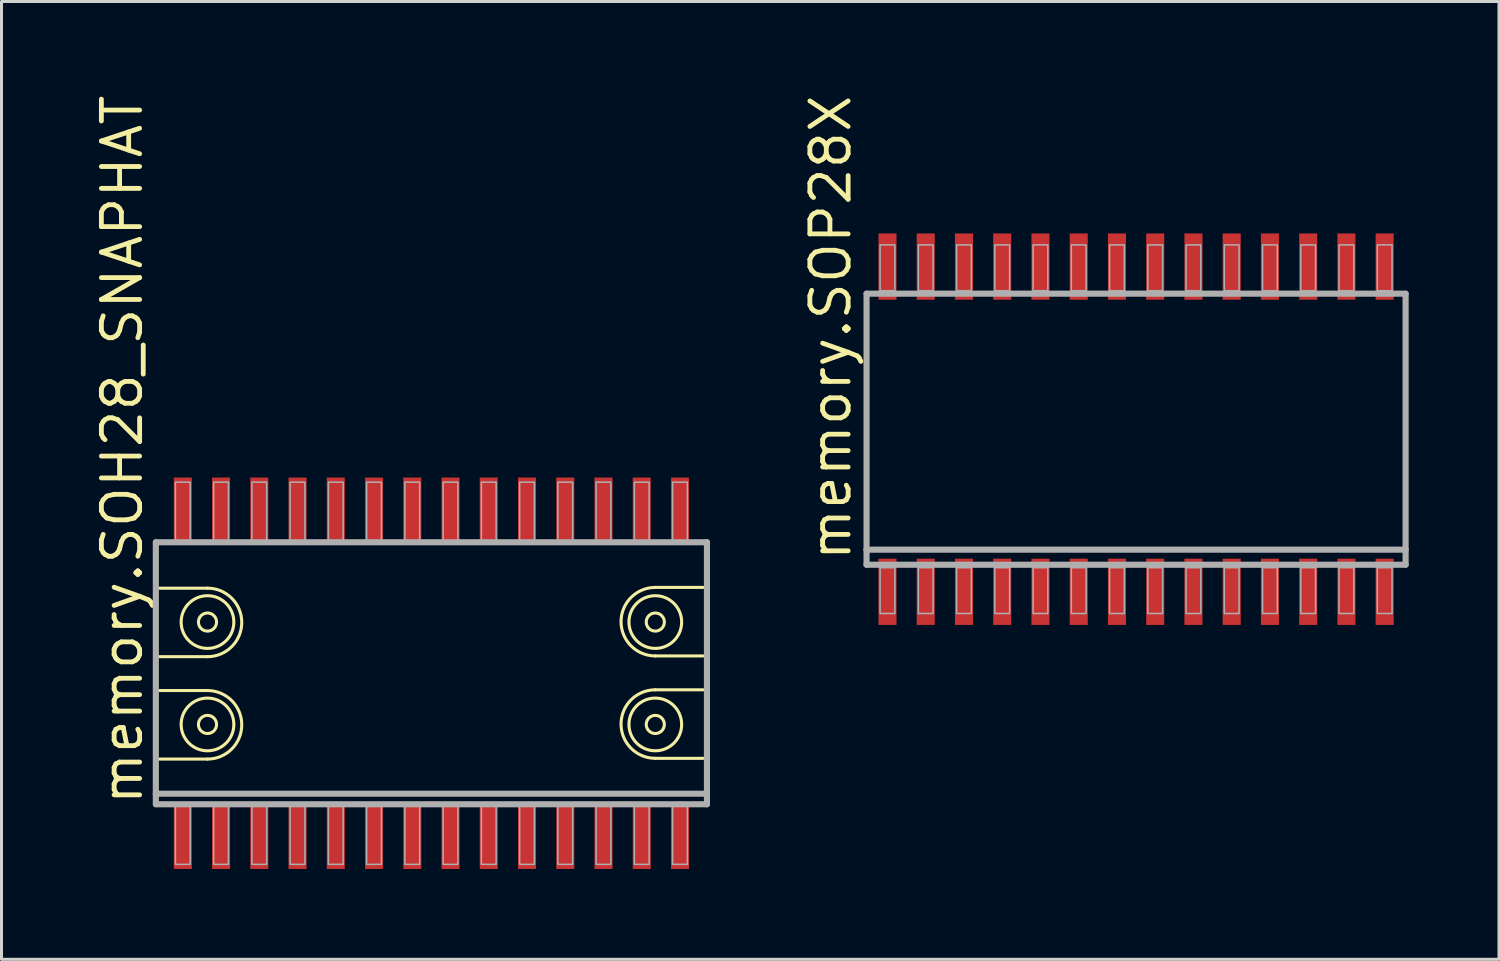
<source format=kicad_pcb>
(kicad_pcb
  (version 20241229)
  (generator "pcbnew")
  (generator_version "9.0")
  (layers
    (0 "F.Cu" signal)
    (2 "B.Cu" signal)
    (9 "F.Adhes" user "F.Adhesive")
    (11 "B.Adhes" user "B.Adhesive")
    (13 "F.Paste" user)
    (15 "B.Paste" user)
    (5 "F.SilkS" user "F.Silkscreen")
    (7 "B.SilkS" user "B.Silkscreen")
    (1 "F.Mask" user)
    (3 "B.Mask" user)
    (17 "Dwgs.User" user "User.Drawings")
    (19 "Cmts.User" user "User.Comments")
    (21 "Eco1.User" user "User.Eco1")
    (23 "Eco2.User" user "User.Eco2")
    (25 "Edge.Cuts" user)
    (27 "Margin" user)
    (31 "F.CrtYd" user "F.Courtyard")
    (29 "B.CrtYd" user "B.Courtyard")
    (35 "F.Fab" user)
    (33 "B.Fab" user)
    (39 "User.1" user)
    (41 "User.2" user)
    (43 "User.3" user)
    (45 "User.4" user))
  (footprint "memory.SOH28_SNAPHAT"
    (layer "F.Cu")
    (at 11.275 19.306)
    (property "Reference" "memory.SOH28_SNAPHAT" (at -9.525 4.445 90) (layer "F.SilkS") (effects (font (size 1.27 1.27) (thickness 0.16)) (justify left bottom)))
    (attr smd)
    (fp_line (start -9.025 -0.55) (end -7.435 -0.55) (stroke (width 0.102) (type default)) (layer "F.SilkS"))
    (fp_line (start -9.025 2.85) (end -7.435 2.85) (stroke (width 0.102) (type default)) (layer "F.SilkS"))
    (fp_line (start -7.435 -2.825) (end -9.025 -2.825) (stroke (width 0.102) (type default)) (layer "F.SilkS"))
    (fp_line (start -7.435 0.575) (end -9.025 0.575) (stroke (width 0.102) (type default)) (layer "F.SilkS"))
    (fp_line (start 7.435 -0.575) (end 9.025 -0.575) (stroke (width 0.102) (type default)) (layer "F.SilkS"))
    (fp_line (start 7.435 2.825) (end 9.025 2.825) (stroke (width 0.102) (type default)) (layer "F.SilkS"))
    (fp_line (start 9.025 -2.85) (end 7.435 -2.85) (stroke (width 0.102) (type default)) (layer "F.SilkS"))
    (fp_line (start 9.025 0.55) (end 7.435 0.55) (stroke (width 0.102) (type default)) (layer "F.SilkS"))
    (fp_arc (start -7.435 -2.825) (mid -6.2975 -1.6875) (end -7.435 -0.55) (stroke (width 0.1016) (type default)) (layer "F.SilkS"))
    (fp_arc (start -7.435 0.575) (mid -6.2975 1.7125) (end -7.435 2.85) (stroke (width 0.1016) (type default)) (layer "F.SilkS"))
    (fp_arc (start 7.435 -0.575) (mid 6.2975 -1.7125) (end 7.435 -2.85) (stroke (width 0.1016) (type default)) (layer "F.SilkS"))
    (fp_arc (start 7.435 2.825) (mid 6.2975 1.6875) (end 7.435 0.55) (stroke (width 0.1016) (type default)) (layer "F.SilkS"))
    (fp_circle (center -7.435 -1.7) (end -7.134 -1.7) (stroke (width 0.102) (type default)) (fill no) (layer "F.SilkS"))
    (fp_circle (center -7.435 -1.7) (end -6.56 -1.7) (stroke (width 0.102) (type default)) (fill no) (layer "F.SilkS"))
    (fp_circle (center -7.435 1.7) (end -7.134 1.7) (stroke (width 0.102) (type default)) (fill no) (layer "F.SilkS"))
    (fp_circle (center -7.435 1.7) (end -6.56 1.7) (stroke (width 0.102) (type default)) (fill no) (layer "F.SilkS"))
    (fp_circle (center 7.435 -1.7) (end 7.736 -1.7) (stroke (width 0.102) (type default)) (fill no) (layer "F.SilkS"))
    (fp_circle (center 7.435 -1.7) (end 8.31 -1.7) (stroke (width 0.102) (type default)) (fill no) (layer "F.SilkS"))
    (fp_circle (center 7.435 1.7) (end 7.736 1.7) (stroke (width 0.102) (type default)) (fill no) (layer "F.SilkS"))
    (fp_circle (center 7.435 1.7) (end 8.31 1.7) (stroke (width 0.102) (type default)) (fill no) (layer "F.SilkS"))
    (fp_line (start -9.15 -4.35) (end 9.15 -4.35) (stroke (width 0.203) (type default)) (layer "F.Fab"))
    (fp_line (start -9.15 4) (end -9.15 -4.35) (stroke (width 0.203) (type default)) (layer "F.Fab"))
    (fp_line (start -9.15 4.35) (end -9.15 4) (stroke (width 0.203) (type default)) (layer "F.Fab"))
    (fp_line (start 9.15 -4.35) (end 9.15 4) (stroke (width 0.203) (type default)) (layer "F.Fab"))
    (fp_line (start 9.15 4) (end -9.15 4) (stroke (width 0.203) (type default)) (layer "F.Fab"))
    (fp_line (start 9.15 4) (end 9.15 4.35) (stroke (width 0.203) (type default)) (layer "F.Fab"))
    (fp_line (start 9.15 4.35) (end -9.15 4.35) (stroke (width 0.203) (type default)) (layer "F.Fab"))
    (fp_rect (start -8.5 -4.4) (end -8.01 -6.345) (stroke (width 0.05) (type default)) (fill no) (layer "F.Fab"))
    (fp_rect (start -8.5 6.345) (end -8.01 4.4) (stroke (width 0.05) (type default)) (fill no) (layer "F.Fab"))
    (fp_rect (start -7.23 -4.4) (end -6.74 -6.345) (stroke (width 0.05) (type default)) (fill no) (layer "F.Fab"))
    (fp_rect (start -7.23 6.345) (end -6.74 4.4) (stroke (width 0.05) (type default)) (fill no) (layer "F.Fab"))
    (fp_rect (start -5.96 -4.4) (end -5.47 -6.345) (stroke (width 0.05) (type default)) (fill no) (layer "F.Fab"))
    (fp_rect (start -5.96 6.345) (end -5.47 4.4) (stroke (width 0.05) (type default)) (fill no) (layer "F.Fab"))
    (fp_rect (start -4.69 -4.4) (end -4.2 -6.345) (stroke (width 0.05) (type default)) (fill no) (layer "F.Fab"))
    (fp_rect (start -4.69 6.345) (end -4.2 4.4) (stroke (width 0.05) (type default)) (fill no) (layer "F.Fab"))
    (fp_rect (start -3.42 -4.4) (end -2.93 -6.345) (stroke (width 0.05) (type default)) (fill no) (layer "F.Fab"))
    (fp_rect (start -3.42 6.345) (end -2.93 4.4) (stroke (width 0.05) (type default)) (fill no) (layer "F.Fab"))
    (fp_rect (start -2.15 -4.4) (end -1.66 -6.345) (stroke (width 0.05) (type default)) (fill no) (layer "F.Fab"))
    (fp_rect (start -2.15 6.345) (end -1.66 4.4) (stroke (width 0.05) (type default)) (fill no) (layer "F.Fab"))
    (fp_rect (start -0.88 -4.4) (end -0.39 -6.345) (stroke (width 0.05) (type default)) (fill no) (layer "F.Fab"))
    (fp_rect (start -0.88 6.345) (end -0.39 4.4) (stroke (width 0.05) (type default)) (fill no) (layer "F.Fab"))
    (fp_rect (start 0.39 -4.4) (end 0.88 -6.345) (stroke (width 0.05) (type default)) (fill no) (layer "F.Fab"))
    (fp_rect (start 0.39 6.345) (end 0.88 4.4) (stroke (width 0.05) (type default)) (fill no) (layer "F.Fab"))
    (fp_rect (start 1.66 -4.4) (end 2.15 -6.345) (stroke (width 0.05) (type default)) (fill no) (layer "F.Fab"))
    (fp_rect (start 1.66 6.345) (end 2.15 4.4) (stroke (width 0.05) (type default)) (fill no) (layer "F.Fab"))
    (fp_rect (start 2.93 -4.4) (end 3.42 -6.345) (stroke (width 0.05) (type default)) (fill no) (layer "F.Fab"))
    (fp_rect (start 2.93 6.345) (end 3.42 4.4) (stroke (width 0.05) (type default)) (fill no) (layer "F.Fab"))
    (fp_rect (start 4.2 -4.4) (end 4.69 -6.345) (stroke (width 0.05) (type default)) (fill no) (layer "F.Fab"))
    (fp_rect (start 4.2 6.345) (end 4.69 4.4) (stroke (width 0.05) (type default)) (fill no) (layer "F.Fab"))
    (fp_rect (start 5.47 -4.4) (end 5.96 -6.345) (stroke (width 0.05) (type default)) (fill no) (layer "F.Fab"))
    (fp_rect (start 5.47 6.345) (end 5.96 4.4) (stroke (width 0.05) (type default)) (fill no) (layer "F.Fab"))
    (fp_rect (start 6.74 -4.4) (end 7.23 -6.345) (stroke (width 0.05) (type default)) (fill no) (layer "F.Fab"))
    (fp_rect (start 6.74 6.345) (end 7.23 4.4) (stroke (width 0.05) (type default)) (fill no) (layer "F.Fab"))
    (fp_rect (start 8.01 -4.4) (end 8.5 -6.345) (stroke (width 0.05) (type default)) (fill no) (layer "F.Fab"))
    (fp_rect (start 8.01 6.345) (end 8.5 4.4) (stroke (width 0.05) (type default)) (fill no) (layer "F.Fab"))
    (pad "1" smd roundrect (at -8.255 5.4) (size 0.6 2.2) (layers "F.Cu" "F.Mask" "F.Paste") (roundrect_rratio 0.01))
    (pad "2" smd roundrect (at -6.985 5.4) (size 0.6 2.2) (layers "F.Cu" "F.Mask" "F.Paste") (roundrect_rratio 0.01))
    (pad "3" smd roundrect (at -5.715 5.4) (size 0.6 2.2) (layers "F.Cu" "F.Mask" "F.Paste") (roundrect_rratio 0.01))
    (pad "4" smd roundrect (at -4.445 5.4) (size 0.6 2.2) (layers "F.Cu" "F.Mask" "F.Paste") (roundrect_rratio 0.01))
    (pad "5" smd roundrect (at -3.175 5.4) (size 0.6 2.2) (layers "F.Cu" "F.Mask" "F.Paste") (roundrect_rratio 0.01))
    (pad "6" smd roundrect (at -1.905 5.4) (size 0.6 2.2) (layers "F.Cu" "F.Mask" "F.Paste") (roundrect_rratio 0.01))
    (pad "7" smd roundrect (at -0.635 5.4) (size 0.6 2.2) (layers "F.Cu" "F.Mask" "F.Paste") (roundrect_rratio 0.01))
    (pad "8" smd roundrect (at 0.635 5.4) (size 0.6 2.2) (layers "F.Cu" "F.Mask" "F.Paste") (roundrect_rratio 0.01))
    (pad "9" smd roundrect (at 1.905 5.4) (size 0.6 2.2) (layers "F.Cu" "F.Mask" "F.Paste") (roundrect_rratio 0.01))
    (pad "10" smd roundrect (at 3.175 5.4) (size 0.6 2.2) (layers "F.Cu" "F.Mask" "F.Paste") (roundrect_rratio 0.01))
    (pad "11" smd roundrect (at 4.445 5.4) (size 0.6 2.2) (layers "F.Cu" "F.Mask" "F.Paste") (roundrect_rratio 0.01))
    (pad "12" smd roundrect (at 5.715 5.4) (size 0.6 2.2) (layers "F.Cu" "F.Mask" "F.Paste") (roundrect_rratio 0.01))
    (pad "13" smd roundrect (at 6.985 5.4) (size 0.6 2.2) (layers "F.Cu" "F.Mask" "F.Paste") (roundrect_rratio 0.01))
    (pad "14" smd roundrect (at 8.255 5.4) (size 0.6 2.2) (layers "F.Cu" "F.Mask" "F.Paste") (roundrect_rratio 0.01))
    (pad "15" smd roundrect (at 8.255 -5.4) (size 0.6 2.2) (layers "F.Cu" "F.Mask" "F.Paste") (roundrect_rratio 0.01))
    (pad "16" smd roundrect (at 6.985 -5.4) (size 0.6 2.2) (layers "F.Cu" "F.Mask" "F.Paste") (roundrect_rratio 0.01))
    (pad "17" smd roundrect (at 5.715 -5.4) (size 0.6 2.2) (layers "F.Cu" "F.Mask" "F.Paste") (roundrect_rratio 0.01))
    (pad "18" smd roundrect (at 4.445 -5.4) (size 0.6 2.2) (layers "F.Cu" "F.Mask" "F.Paste") (roundrect_rratio 0.01))
    (pad "19" smd roundrect (at 3.175 -5.4) (size 0.6 2.2) (layers "F.Cu" "F.Mask" "F.Paste") (roundrect_rratio 0.01))
    (pad "20" smd roundrect (at 1.905 -5.4) (size 0.6 2.2) (layers "F.Cu" "F.Mask" "F.Paste") (roundrect_rratio 0.01))
    (pad "21" smd roundrect (at 0.635 -5.4) (size 0.6 2.2) (layers "F.Cu" "F.Mask" "F.Paste") (roundrect_rratio 0.01))
    (pad "22" smd roundrect (at -0.635 -5.4) (size 0.6 2.2) (layers "F.Cu" "F.Mask" "F.Paste") (roundrect_rratio 0.01))
    (pad "23" smd roundrect (at -1.905 -5.4) (size 0.6 2.2) (layers "F.Cu" "F.Mask" "F.Paste") (roundrect_rratio 0.01))
    (pad "24" smd roundrect (at -3.175 -5.4) (size 0.6 2.2) (layers "F.Cu" "F.Mask" "F.Paste") (roundrect_rratio 0.01))
    (pad "25" smd roundrect (at -4.445 -5.4) (size 0.6 2.2) (layers "F.Cu" "F.Mask" "F.Paste") (roundrect_rratio 0.01))
    (pad "26" smd roundrect (at -5.715 -5.4) (size 0.6 2.2) (layers "F.Cu" "F.Mask" "F.Paste") (roundrect_rratio 0.01))
    (pad "27" smd roundrect (at -6.985 -5.4) (size 0.6 2.2) (layers "F.Cu" "F.Mask" "F.Paste") (roundrect_rratio 0.01))
    (pad "28" smd roundrect (at -8.255 -5.4) (size 0.6 2.2) (layers "F.Cu" "F.Mask" "F.Paste") (roundrect_rratio 0.01)))
  (footprint "memory.SOP28X"
    (layer "F.Cu")
    (at 34.675 11.202)
    (property "Reference" "memory.SOP28X" (at -9.398 4.445 90) (layer "F.SilkS") (effects (font (size 1.27 1.27) (thickness 0.16)) (justify left bottom)))
    (attr smd)
    (fp_line (start -8.95 -4.5) (end 8.95 -4.5) (stroke (width 0.203) (type default)) (layer "F.Fab"))
    (fp_line (start -8.95 4) (end -8.95 -4.5) (stroke (width 0.203) (type default)) (layer "F.Fab"))
    (fp_line (start -8.95 4.5) (end -8.95 4) (stroke (width 0.203) (type default)) (layer "F.Fab"))
    (fp_line (start 8.95 -4.5) (end 8.95 4) (stroke (width 0.203) (type default)) (layer "F.Fab"))
    (fp_line (start 8.95 4) (end -8.95 4) (stroke (width 0.203) (type default)) (layer "F.Fab"))
    (fp_line (start 8.95 4) (end 8.95 4.5) (stroke (width 0.203) (type default)) (layer "F.Fab"))
    (fp_line (start 8.95 4.5) (end -8.95 4.5) (stroke (width 0.203) (type default)) (layer "F.Fab"))
    (fp_rect (start -8.5 -4.6) (end -8.01 -6.12) (stroke (width 0.05) (type default)) (fill no) (layer "F.Fab"))
    (fp_rect (start -8.5 6.12) (end -8.01 4.6) (stroke (width 0.05) (type default)) (fill no) (layer "F.Fab"))
    (fp_rect (start -7.23 -4.6) (end -6.74 -6.12) (stroke (width 0.05) (type default)) (fill no) (layer "F.Fab"))
    (fp_rect (start -7.23 6.12) (end -6.74 4.6) (stroke (width 0.05) (type default)) (fill no) (layer "F.Fab"))
    (fp_rect (start -5.96 -4.6) (end -5.47 -6.12) (stroke (width 0.05) (type default)) (fill no) (layer "F.Fab"))
    (fp_rect (start -5.96 6.12) (end -5.47 4.6) (stroke (width 0.05) (type default)) (fill no) (layer "F.Fab"))
    (fp_rect (start -4.69 -4.6) (end -4.2 -6.12) (stroke (width 0.05) (type default)) (fill no) (layer "F.Fab"))
    (fp_rect (start -4.69 6.12) (end -4.2 4.6) (stroke (width 0.05) (type default)) (fill no) (layer "F.Fab"))
    (fp_rect (start -3.42 -4.6) (end -2.93 -6.12) (stroke (width 0.05) (type default)) (fill no) (layer "F.Fab"))
    (fp_rect (start -3.42 6.12) (end -2.93 4.6) (stroke (width 0.05) (type default)) (fill no) (layer "F.Fab"))
    (fp_rect (start -2.15 -4.6) (end -1.66 -6.12) (stroke (width 0.05) (type default)) (fill no) (layer "F.Fab"))
    (fp_rect (start -2.15 6.12) (end -1.66 4.6) (stroke (width 0.05) (type default)) (fill no) (layer "F.Fab"))
    (fp_rect (start -0.88 -4.6) (end -0.39 -6.12) (stroke (width 0.05) (type default)) (fill no) (layer "F.Fab"))
    (fp_rect (start -0.88 6.12) (end -0.39 4.6) (stroke (width 0.05) (type default)) (fill no) (layer "F.Fab"))
    (fp_rect (start 0.39 -4.6) (end 0.88 -6.12) (stroke (width 0.05) (type default)) (fill no) (layer "F.Fab"))
    (fp_rect (start 0.39 6.12) (end 0.88 4.6) (stroke (width 0.05) (type default)) (fill no) (layer "F.Fab"))
    (fp_rect (start 1.66 -4.6) (end 2.15 -6.12) (stroke (width 0.05) (type default)) (fill no) (layer "F.Fab"))
    (fp_rect (start 1.66 6.12) (end 2.15 4.6) (stroke (width 0.05) (type default)) (fill no) (layer "F.Fab"))
    (fp_rect (start 2.93 -4.6) (end 3.42 -6.12) (stroke (width 0.05) (type default)) (fill no) (layer "F.Fab"))
    (fp_rect (start 2.93 6.12) (end 3.42 4.6) (stroke (width 0.05) (type default)) (fill no) (layer "F.Fab"))
    (fp_rect (start 4.2 -4.6) (end 4.69 -6.12) (stroke (width 0.05) (type default)) (fill no) (layer "F.Fab"))
    (fp_rect (start 4.2 6.12) (end 4.69 4.6) (stroke (width 0.05) (type default)) (fill no) (layer "F.Fab"))
    (fp_rect (start 5.47 -4.6) (end 5.96 -6.12) (stroke (width 0.05) (type default)) (fill no) (layer "F.Fab"))
    (fp_rect (start 5.47 6.12) (end 5.96 4.6) (stroke (width 0.05) (type default)) (fill no) (layer "F.Fab"))
    (fp_rect (start 6.74 -4.6) (end 7.23 -6.12) (stroke (width 0.05) (type default)) (fill no) (layer "F.Fab"))
    (fp_rect (start 6.74 6.12) (end 7.23 4.6) (stroke (width 0.05) (type default)) (fill no) (layer "F.Fab"))
    (fp_rect (start 8.01 -4.6) (end 8.5 -6.12) (stroke (width 0.05) (type default)) (fill no) (layer "F.Fab"))
    (fp_rect (start 8.01 6.12) (end 8.5 4.6) (stroke (width 0.05) (type default)) (fill no) (layer "F.Fab"))
    (pad "1" smd roundrect (at -8.255 5.4) (size 0.6 2.2) (layers "F.Cu" "F.Mask" "F.Paste") (roundrect_rratio 0.01))
    (pad "2" smd roundrect (at -6.985 5.4) (size 0.6 2.2) (layers "F.Cu" "F.Mask" "F.Paste") (roundrect_rratio 0.01))
    (pad "3" smd roundrect (at -5.715 5.4) (size 0.6 2.2) (layers "F.Cu" "F.Mask" "F.Paste") (roundrect_rratio 0.01))
    (pad "4" smd roundrect (at -4.445 5.4) (size 0.6 2.2) (layers "F.Cu" "F.Mask" "F.Paste") (roundrect_rratio 0.01))
    (pad "5" smd roundrect (at -3.175 5.4) (size 0.6 2.2) (layers "F.Cu" "F.Mask" "F.Paste") (roundrect_rratio 0.01))
    (pad "6" smd roundrect (at -1.905 5.4) (size 0.6 2.2) (layers "F.Cu" "F.Mask" "F.Paste") (roundrect_rratio 0.01))
    (pad "7" smd roundrect (at -0.635 5.4) (size 0.6 2.2) (layers "F.Cu" "F.Mask" "F.Paste") (roundrect_rratio 0.01))
    (pad "8" smd roundrect (at 0.635 5.4) (size 0.6 2.2) (layers "F.Cu" "F.Mask" "F.Paste") (roundrect_rratio 0.01))
    (pad "9" smd roundrect (at 1.905 5.4) (size 0.6 2.2) (layers "F.Cu" "F.Mask" "F.Paste") (roundrect_rratio 0.01))
    (pad "10" smd roundrect (at 3.175 5.4) (size 0.6 2.2) (layers "F.Cu" "F.Mask" "F.Paste") (roundrect_rratio 0.01))
    (pad "11" smd roundrect (at 4.445 5.4) (size 0.6 2.2) (layers "F.Cu" "F.Mask" "F.Paste") (roundrect_rratio 0.01))
    (pad "12" smd roundrect (at 5.715 5.4) (size 0.6 2.2) (layers "F.Cu" "F.Mask" "F.Paste") (roundrect_rratio 0.01))
    (pad "13" smd roundrect (at 6.985 5.4) (size 0.6 2.2) (layers "F.Cu" "F.Mask" "F.Paste") (roundrect_rratio 0.01))
    (pad "14" smd roundrect (at 8.255 5.4) (size 0.6 2.2) (layers "F.Cu" "F.Mask" "F.Paste") (roundrect_rratio 0.01))
    (pad "15" smd roundrect (at 8.255 -5.4) (size 0.6 2.2) (layers "F.Cu" "F.Mask" "F.Paste") (roundrect_rratio 0.01))
    (pad "16" smd roundrect (at 6.985 -5.4) (size 0.6 2.2) (layers "F.Cu" "F.Mask" "F.Paste") (roundrect_rratio 0.01))
    (pad "17" smd roundrect (at 5.715 -5.4) (size 0.6 2.2) (layers "F.Cu" "F.Mask" "F.Paste") (roundrect_rratio 0.01))
    (pad "18" smd roundrect (at 4.445 -5.4) (size 0.6 2.2) (layers "F.Cu" "F.Mask" "F.Paste") (roundrect_rratio 0.01))
    (pad "19" smd roundrect (at 3.175 -5.4) (size 0.6 2.2) (layers "F.Cu" "F.Mask" "F.Paste") (roundrect_rratio 0.01))
    (pad "20" smd roundrect (at 1.905 -5.4) (size 0.6 2.2) (layers "F.Cu" "F.Mask" "F.Paste") (roundrect_rratio 0.01))
    (pad "21" smd roundrect (at 0.635 -5.4) (size 0.6 2.2) (layers "F.Cu" "F.Mask" "F.Paste") (roundrect_rratio 0.01))
    (pad "22" smd roundrect (at -0.635 -5.4) (size 0.6 2.2) (layers "F.Cu" "F.Mask" "F.Paste") (roundrect_rratio 0.01))
    (pad "23" smd roundrect (at -1.905 -5.4) (size 0.6 2.2) (layers "F.Cu" "F.Mask" "F.Paste") (roundrect_rratio 0.01))
    (pad "24" smd roundrect (at -3.175 -5.4) (size 0.6 2.2) (layers "F.Cu" "F.Mask" "F.Paste") (roundrect_rratio 0.01))
    (pad "25" smd roundrect (at -4.445 -5.4) (size 0.6 2.2) (layers "F.Cu" "F.Mask" "F.Paste") (roundrect_rratio 0.01))
    (pad "26" smd roundrect (at -5.715 -5.4) (size 0.6 2.2) (layers "F.Cu" "F.Mask" "F.Paste") (roundrect_rratio 0.01))
    (pad "27" smd roundrect (at -6.985 -5.4) (size 0.6 2.2) (layers "F.Cu" "F.Mask" "F.Paste") (roundrect_rratio 0.01))
    (pad "28" smd roundrect (at -8.255 -5.4) (size 0.6 2.2) (layers "F.Cu" "F.Mask" "F.Paste") (roundrect_rratio 0.01)))
  (gr_rect
    (start -3 -3)
    (end 46.726 28.806)
    (stroke (width 0.1) (type default))
    (fill no)
    (layer "Edge.Cuts")))
</source>
